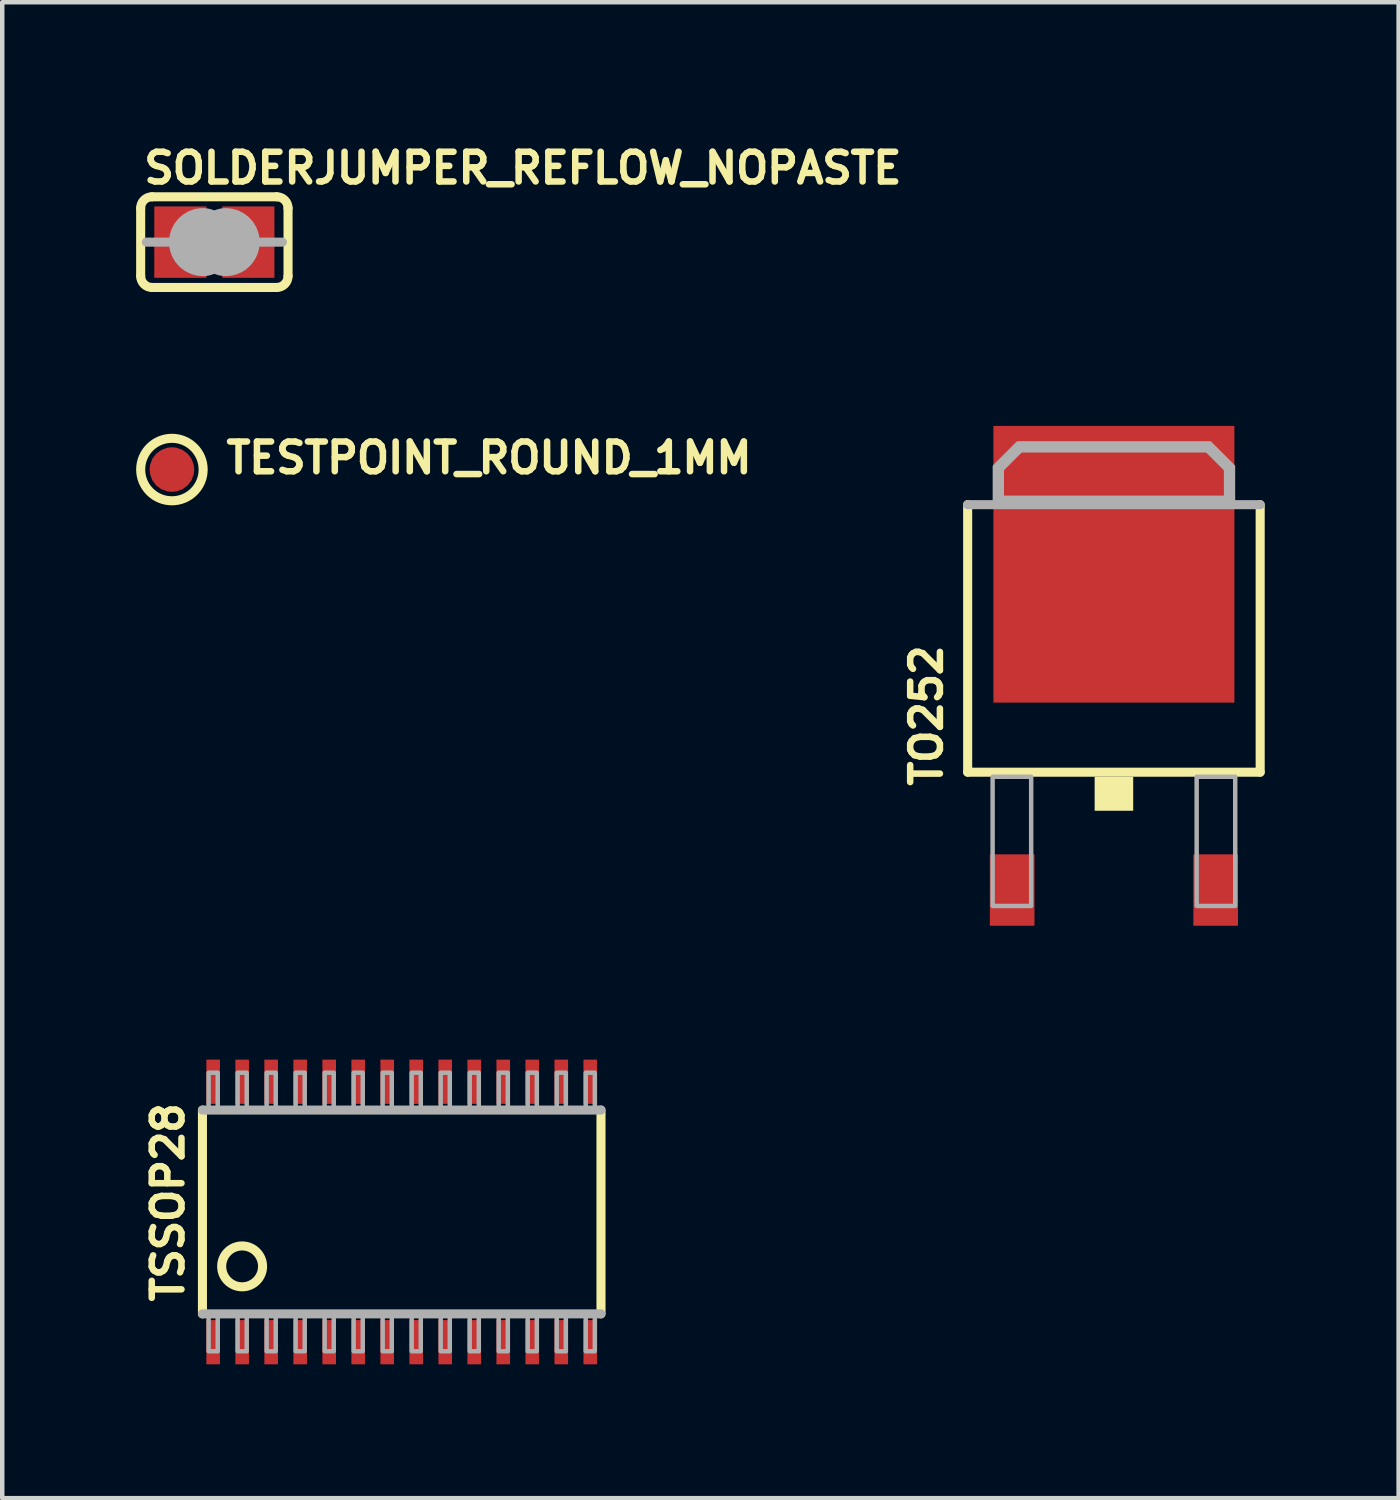
<source format=kicad_pcb>
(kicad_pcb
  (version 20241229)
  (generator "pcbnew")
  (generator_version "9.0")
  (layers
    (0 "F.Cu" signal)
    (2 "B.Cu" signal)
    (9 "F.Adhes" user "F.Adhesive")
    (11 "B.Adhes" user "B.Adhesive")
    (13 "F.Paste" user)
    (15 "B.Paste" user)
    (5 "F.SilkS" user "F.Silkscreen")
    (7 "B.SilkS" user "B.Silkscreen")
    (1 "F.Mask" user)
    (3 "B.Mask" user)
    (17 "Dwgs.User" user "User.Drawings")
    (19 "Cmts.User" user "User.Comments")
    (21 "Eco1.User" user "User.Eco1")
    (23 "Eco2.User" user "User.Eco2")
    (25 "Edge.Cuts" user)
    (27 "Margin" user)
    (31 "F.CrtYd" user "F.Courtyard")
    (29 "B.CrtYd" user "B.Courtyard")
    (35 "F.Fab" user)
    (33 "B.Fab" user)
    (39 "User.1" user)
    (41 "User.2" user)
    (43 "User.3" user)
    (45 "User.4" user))
  (footprint "SOLDERJUMPER_REFLOW_NOPASTE"
    (layer "F.Cu")
    (at 1.753 2.375)
    (property "Reference" "SOLDERJUMPER_REFLOW_NOPASTE" (at -1.651 -1.27 0) (unlocked yes) (layer "F.SilkS") (effects (font (size 0.666 0.666) (thickness 0.146)) (justify left bottom)))
    (fp_poly (pts (xy -0.076 0.914) (xy 0.076 0.914) (xy 0.076 -0.914) (xy -0.076 -0.914)) (stroke (width 0) (type default)) (fill yes) (layer "F.Mask"))
    (fp_line (start -1.651 0.762) (end -1.651 -0.762) (stroke (width 0.203) (type solid)) (layer "F.SilkS"))
    (fp_line (start -1.397 -1.016) (end 1.397 -1.016) (stroke (width 0.203) (type solid)) (layer "F.SilkS"))
    (fp_line (start 1.397 1.016) (end -1.397 1.016) (stroke (width 0.203) (type solid)) (layer "F.SilkS"))
    (fp_line (start 1.651 0.762) (end 1.651 -0.762) (stroke (width 0.203) (type solid)) (layer "F.SilkS"))
    (fp_arc (start -1.651 -0.762) (mid -1.576605 -0.941605) (end -1.397 -1.016) (stroke (width 0.2032) (type solid)) (layer "F.SilkS"))
    (fp_arc (start -1.397 1.016) (mid -1.576605 0.941605) (end -1.651 0.762) (stroke (width 0.2032) (type solid)) (layer "F.SilkS"))
    (fp_arc (start 1.397 -1.016) (mid 1.576605 -0.941605) (end 1.651 -0.762) (stroke (width 0.2032) (type solid)) (layer "F.SilkS"))
    (fp_arc (start 1.651 0.762) (mid 1.576605 0.941605) (end 1.397 1.016) (stroke (width 0.2032) (type solid)) (layer "F.SilkS"))
    (fp_line (start -1.016 0) (end -1.524 0) (stroke (width 0.203) (type solid)) (layer "F.Fab"))
    (fp_line (start 1.016 0) (end 1.524 0) (stroke (width 0.203) (type solid)) (layer "F.Fab"))
    (fp_arc (start -0.254 0.127) (mid -0.381 0) (end -0.254 -0.127) (stroke (width 1.27) (type solid)) (layer "F.Fab"))
    (fp_arc (start 0.254 -0.127) (mid 0.381 0) (end 0.254 0.127) (stroke (width 1.27) (type solid)) (layer "F.Fab"))
    (pad "1" smd rect (at -0.762 0) (size 1.168 1.6) (layers "F.Cu" "F.Mask"))
    (pad "2" smd rect (at 0.762 0) (size 1.168 1.6) (layers "F.Cu" "F.Mask")))
  (footprint "TSSOP28"
    (layer "F.Cu")
    (at 5.951 24.106)
    (property "Reference" "TSSOP28" (at -4.846 2.083 90) (unlocked yes) (layer "F.SilkS") (effects (font (size 0.666 0.666) (thickness 0.146)) (justify left bottom)))
    (fp_line (start -4.465 2.283) (end -4.465 -2.283) (stroke (width 0.203) (type solid)) (layer "F.SilkS"))
    (fp_line (start 4.465 -2.283) (end 4.465 2.283) (stroke (width 0.203) (type solid)) (layer "F.SilkS"))
    (fp_circle (center -3.576 1.219) (end -3.118 1.219) (stroke (width 0.203) (type solid)) (fill no) (layer "F.SilkS"))
    (fp_line (start -4.465 2.283) (end 4.465 2.283) (stroke (width 0.203) (type solid)) (layer "F.Fab"))
    (fp_line (start 4.465 -2.283) (end -4.465 -2.283) (stroke (width 0.203) (type solid)) (layer "F.Fab"))
    (fp_poly (pts (xy -4.327 -2.283) (xy -4.123 -2.283) (xy -4.123 -3.121) (xy -4.327 -3.121)) (stroke (width 0.1) (type default)) (fill no) (layer "F.Fab"))
    (fp_poly (pts (xy -4.327 3.121) (xy -4.123 3.121) (xy -4.123 2.283) (xy -4.327 2.283)) (stroke (width 0.1) (type default)) (fill no) (layer "F.Fab"))
    (fp_poly (pts (xy -3.677 -2.283) (xy -3.473 -2.283) (xy -3.473 -3.121) (xy -3.677 -3.121)) (stroke (width 0.1) (type default)) (fill no) (layer "F.Fab"))
    (fp_poly (pts (xy -3.677 3.121) (xy -3.473 3.121) (xy -3.473 2.283) (xy -3.677 2.283)) (stroke (width 0.1) (type default)) (fill no) (layer "F.Fab"))
    (fp_poly (pts (xy -3.027 -2.283) (xy -2.823 -2.283) (xy -2.823 -3.121) (xy -3.027 -3.121)) (stroke (width 0.1) (type default)) (fill no) (layer "F.Fab"))
    (fp_poly (pts (xy -3.027 3.121) (xy -2.823 3.121) (xy -2.823 2.283) (xy -3.027 2.283)) (stroke (width 0.1) (type default)) (fill no) (layer "F.Fab"))
    (fp_poly (pts (xy -2.377 -2.283) (xy -2.173 -2.283) (xy -2.173 -3.121) (xy -2.377 -3.121)) (stroke (width 0.1) (type default)) (fill no) (layer "F.Fab"))
    (fp_poly (pts (xy -2.377 3.121) (xy -2.173 3.121) (xy -2.173 2.283) (xy -2.377 2.283)) (stroke (width 0.1) (type default)) (fill no) (layer "F.Fab"))
    (fp_poly (pts (xy -1.727 -2.283) (xy -1.523 -2.283) (xy -1.523 -3.121) (xy -1.727 -3.121)) (stroke (width 0.1) (type default)) (fill no) (layer "F.Fab"))
    (fp_poly (pts (xy -1.727 3.121) (xy -1.523 3.121) (xy -1.523 2.283) (xy -1.727 2.283)) (stroke (width 0.1) (type default)) (fill no) (layer "F.Fab"))
    (fp_poly (pts (xy -1.077 -2.283) (xy -0.873 -2.283) (xy -0.873 -3.121) (xy -1.077 -3.121)) (stroke (width 0.1) (type default)) (fill no) (layer "F.Fab"))
    (fp_poly (pts (xy -1.077 3.121) (xy -0.873 3.121) (xy -0.873 2.283) (xy -1.077 2.283)) (stroke (width 0.1) (type default)) (fill no) (layer "F.Fab"))
    (fp_poly (pts (xy -0.427 -2.283) (xy -0.223 -2.283) (xy -0.223 -3.121) (xy -0.427 -3.121)) (stroke (width 0.1) (type default)) (fill no) (layer "F.Fab"))
    (fp_poly (pts (xy -0.427 3.121) (xy -0.223 3.121) (xy -0.223 2.283) (xy -0.427 2.283)) (stroke (width 0.1) (type default)) (fill no) (layer "F.Fab"))
    (fp_poly (pts (xy 0.223 -2.283) (xy 0.427 -2.283) (xy 0.427 -3.121) (xy 0.223 -3.121)) (stroke (width 0.1) (type default)) (fill no) (layer "F.Fab"))
    (fp_poly (pts (xy 0.223 3.121) (xy 0.427 3.121) (xy 0.427 2.283) (xy 0.223 2.283)) (stroke (width 0.1) (type default)) (fill no) (layer "F.Fab"))
    (fp_poly (pts (xy 0.873 -2.283) (xy 1.077 -2.283) (xy 1.077 -3.121) (xy 0.873 -3.121)) (stroke (width 0.1) (type default)) (fill no) (layer "F.Fab"))
    (fp_poly (pts (xy 0.873 3.121) (xy 1.077 3.121) (xy 1.077 2.283) (xy 0.873 2.283)) (stroke (width 0.1) (type default)) (fill no) (layer "F.Fab"))
    (fp_poly (pts (xy 1.523 -2.283) (xy 1.727 -2.283) (xy 1.727 -3.121) (xy 1.523 -3.121)) (stroke (width 0.1) (type default)) (fill no) (layer "F.Fab"))
    (fp_poly (pts (xy 1.523 3.121) (xy 1.727 3.121) (xy 1.727 2.283) (xy 1.523 2.283)) (stroke (width 0.1) (type default)) (fill no) (layer "F.Fab"))
    (fp_poly (pts (xy 2.173 -2.283) (xy 2.377 -2.283) (xy 2.377 -3.121) (xy 2.173 -3.121)) (stroke (width 0.1) (type default)) (fill no) (layer "F.Fab"))
    (fp_poly (pts (xy 2.173 3.121) (xy 2.377 3.121) (xy 2.377 2.283) (xy 2.173 2.283)) (stroke (width 0.1) (type default)) (fill no) (layer "F.Fab"))
    (fp_poly (pts (xy 2.823 -2.283) (xy 3.027 -2.283) (xy 3.027 -3.121) (xy 2.823 -3.121)) (stroke (width 0.1) (type default)) (fill no) (layer "F.Fab"))
    (fp_poly (pts (xy 2.823 3.121) (xy 3.027 3.121) (xy 3.027 2.283) (xy 2.823 2.283)) (stroke (width 0.1) (type default)) (fill no) (layer "F.Fab"))
    (fp_poly (pts (xy 3.473 -2.283) (xy 3.677 -2.283) (xy 3.677 -3.121) (xy 3.473 -3.121)) (stroke (width 0.1) (type default)) (fill no) (layer "F.Fab"))
    (fp_poly (pts (xy 3.473 3.121) (xy 3.677 3.121) (xy 3.677 2.283) (xy 3.473 2.283)) (stroke (width 0.1) (type default)) (fill no) (layer "F.Fab"))
    (fp_poly (pts (xy 4.123 -2.283) (xy 4.327 -2.283) (xy 4.327 -3.121) (xy 4.123 -3.121)) (stroke (width 0.1) (type default)) (fill no) (layer "F.Fab"))
    (fp_poly (pts (xy 4.123 3.121) (xy 4.327 3.121) (xy 4.327 2.283) (xy 4.123 2.283)) (stroke (width 0.1) (type default)) (fill no) (layer "F.Fab"))
    (pad "1" smd rect (at -4.225 2.918) (size 0.305 0.991) (layers "F.Cu" "F.Mask" "F.Paste"))
    (pad "2" smd rect (at -3.575 2.918) (size 0.305 0.991) (layers "F.Cu" "F.Mask" "F.Paste"))
    (pad "3" smd rect (at -2.925 2.918) (size 0.305 0.991) (layers "F.Cu" "F.Mask" "F.Paste"))
    (pad "4" smd rect (at -2.275 2.918) (size 0.305 0.991) (layers "F.Cu" "F.Mask" "F.Paste"))
    (pad "5" smd rect (at -1.625 2.918) (size 0.305 0.991) (layers "F.Cu" "F.Mask" "F.Paste"))
    (pad "6" smd rect (at -0.975 2.918) (size 0.305 0.991) (layers "F.Cu" "F.Mask" "F.Paste"))
    (pad "7" smd rect (at -0.325 2.918) (size 0.305 0.991) (layers "F.Cu" "F.Mask" "F.Paste"))
    (pad "8" smd rect (at 0.325 2.918) (size 0.305 0.991) (layers "F.Cu" "F.Mask" "F.Paste"))
    (pad "9" smd rect (at 0.975 2.918) (size 0.305 0.991) (layers "F.Cu" "F.Mask" "F.Paste"))
    (pad "10" smd rect (at 1.625 2.918) (size 0.305 0.991) (layers "F.Cu" "F.Mask" "F.Paste"))
    (pad "11" smd rect (at 2.275 2.918) (size 0.305 0.991) (layers "F.Cu" "F.Mask" "F.Paste"))
    (pad "12" smd rect (at 2.925 2.918) (size 0.305 0.991) (layers "F.Cu" "F.Mask" "F.Paste"))
    (pad "13" smd rect (at 3.575 2.918) (size 0.305 0.991) (layers "F.Cu" "F.Mask" "F.Paste"))
    (pad "14" smd rect (at 4.225 2.918) (size 0.305 0.991) (layers "F.Cu" "F.Mask" "F.Paste"))
    (pad "15" smd rect (at 4.225 -2.918) (size 0.305 0.991) (layers "F.Cu" "F.Mask" "F.Paste"))
    (pad "16" smd rect (at 3.575 -2.918) (size 0.305 0.991) (layers "F.Cu" "F.Mask" "F.Paste"))
    (pad "17" smd rect (at 2.925 -2.918) (size 0.305 0.991) (layers "F.Cu" "F.Mask" "F.Paste"))
    (pad "18" smd rect (at 2.275 -2.918) (size 0.305 0.991) (layers "F.Cu" "F.Mask" "F.Paste"))
    (pad "19" smd rect (at 1.625 -2.918) (size 0.305 0.991) (layers "F.Cu" "F.Mask" "F.Paste"))
    (pad "20" smd rect (at 0.975 -2.918) (size 0.305 0.991) (layers "F.Cu" "F.Mask" "F.Paste"))
    (pad "21" smd rect (at 0.325 -2.918) (size 0.305 0.991) (layers "F.Cu" "F.Mask" "F.Paste"))
    (pad "22" smd rect (at -0.325 -2.918) (size 0.305 0.991) (layers "F.Cu" "F.Mask" "F.Paste"))
    (pad "23" smd rect (at -0.975 -2.918) (size 0.305 0.991) (layers "F.Cu" "F.Mask" "F.Paste"))
    (pad "24" smd rect (at -1.625 -2.918) (size 0.305 0.991) (layers "F.Cu" "F.Mask" "F.Paste"))
    (pad "25" smd rect (at -2.275 -2.918) (size 0.305 0.991) (layers "F.Cu" "F.Mask" "F.Paste"))
    (pad "26" smd rect (at -2.925 -2.918) (size 0.305 0.991) (layers "F.Cu" "F.Mask" "F.Paste"))
    (pad "27" smd rect (at -3.575 -2.918) (size 0.305 0.991) (layers "F.Cu" "F.Mask" "F.Paste"))
    (pad "28" smd rect (at -4.225 -2.918) (size 0.305 0.991) (layers "F.Cu" "F.Mask" "F.Paste")))
  (footprint "TESTPOINT_ROUND_1MM"
    (layer "F.Cu")
    (at 0.802 7.471)
    (property "Reference" "TESTPOINT_ROUND_1MM" (at 1.143 0.127 0) (unlocked yes) (layer "F.SilkS") (effects (font (size 0.666 0.666) (thickness 0.146)) (justify left bottom)))
    (fp_circle (center 0 0) (end 0.7 0) (stroke (width 0.203) (type solid)) (fill no) (layer "F.SilkS"))
    (pad "P$1" smd roundrect (at 0 0) (size 1 1) (layers "F.Cu" "F.Mask") (roundrect_rratio 0.5)))
  (footprint "TO252"
    (layer "F.Cu")
    (at 21.909 12.093)
    (property "Reference" "TO252" (at -3.81 2.54 90) (unlocked yes) (layer "F.SilkS") (effects (font (size 0.666 0.666) (thickness 0.146)) (justify left bottom)))
    (fp_line (start -3.277 2.159) (end -3.277 -3.835) (stroke (width 0.203) (type solid)) (layer "F.SilkS"))
    (fp_line (start 3.277 -3.835) (end 3.277 2.159) (stroke (width 0.203) (type solid)) (layer "F.SilkS"))
    (fp_line (start 3.277 2.159) (end -3.277 2.159) (stroke (width 0.203) (type solid)) (layer "F.SilkS"))
    (fp_poly (pts (xy -0.432 3.023) (xy 0.432 3.023) (xy 0.432 2.261) (xy -0.432 2.261)) (stroke (width 0) (type default)) (fill yes) (layer "F.SilkS"))
    (fp_line (start -3.277 -3.835) (end 3.277 -3.835) (stroke (width 0.203) (type solid)) (layer "F.Fab"))
    (fp_line (start -2.565 -4.648) (end -2.108 -5.105) (stroke (width 0.203) (type solid)) (layer "F.Fab"))
    (fp_line (start -2.565 -3.937) (end -2.565 -4.648) (stroke (width 0.203) (type solid)) (layer "F.Fab"))
    (fp_line (start -2.108 -5.105) (end 2.108 -5.105) (stroke (width 0.203) (type solid)) (layer "F.Fab"))
    (fp_line (start 2.108 -5.105) (end 2.565 -4.648) (stroke (width 0.203) (type solid)) (layer "F.Fab"))
    (fp_line (start 2.565 -4.648) (end 2.565 -3.937) (stroke (width 0.203) (type solid)) (layer "F.Fab"))
    (fp_line (start 2.565 -3.937) (end -2.565 -3.937) (stroke (width 0.203) (type solid)) (layer "F.Fab"))
    (fp_poly (pts (xy -2.718 5.156) (xy -1.854 5.156) (xy -1.854 2.261) (xy -2.718 2.261)) (stroke (width 0.1) (type default)) (fill no) (layer "F.Fab"))
    (fp_poly (pts (xy 1.854 5.156) (xy 2.718 5.156) (xy 2.718 2.261) (xy 1.854 2.261)) (stroke (width 0.1) (type default)) (fill no) (layer "F.Fab"))
    (fp_poly (pts (xy 2.667 -4.69) (xy 2.667 -3.835) (xy -2.667 -3.835) (xy -2.667 -4.69) (xy -2.15 -5.207) (xy 2.15 -5.207)) (stroke (width 0.1) (type default)) (fill no) (layer "F.Fab"))
    (pad "1" smd rect (at -2.28 4.8) (size 1 1.6) (layers "F.Cu" "F.Mask" "F.Paste"))
    (pad "2" smd rect (at 2.28 4.8) (size 1 1.6) (layers "F.Cu" "F.Mask" "F.Paste"))
    (pad "3" smd rect (at 0 -2.5) (size 5.4 6.2) (layers "F.Cu" "F.Mask" "F.Paste")))
  (gr_rect
    (start -3 -3)
    (end 28.288 30.519)
    (stroke (width 0.1) (type default))
    (fill no)
    (layer "Edge.Cuts")))
</source>
